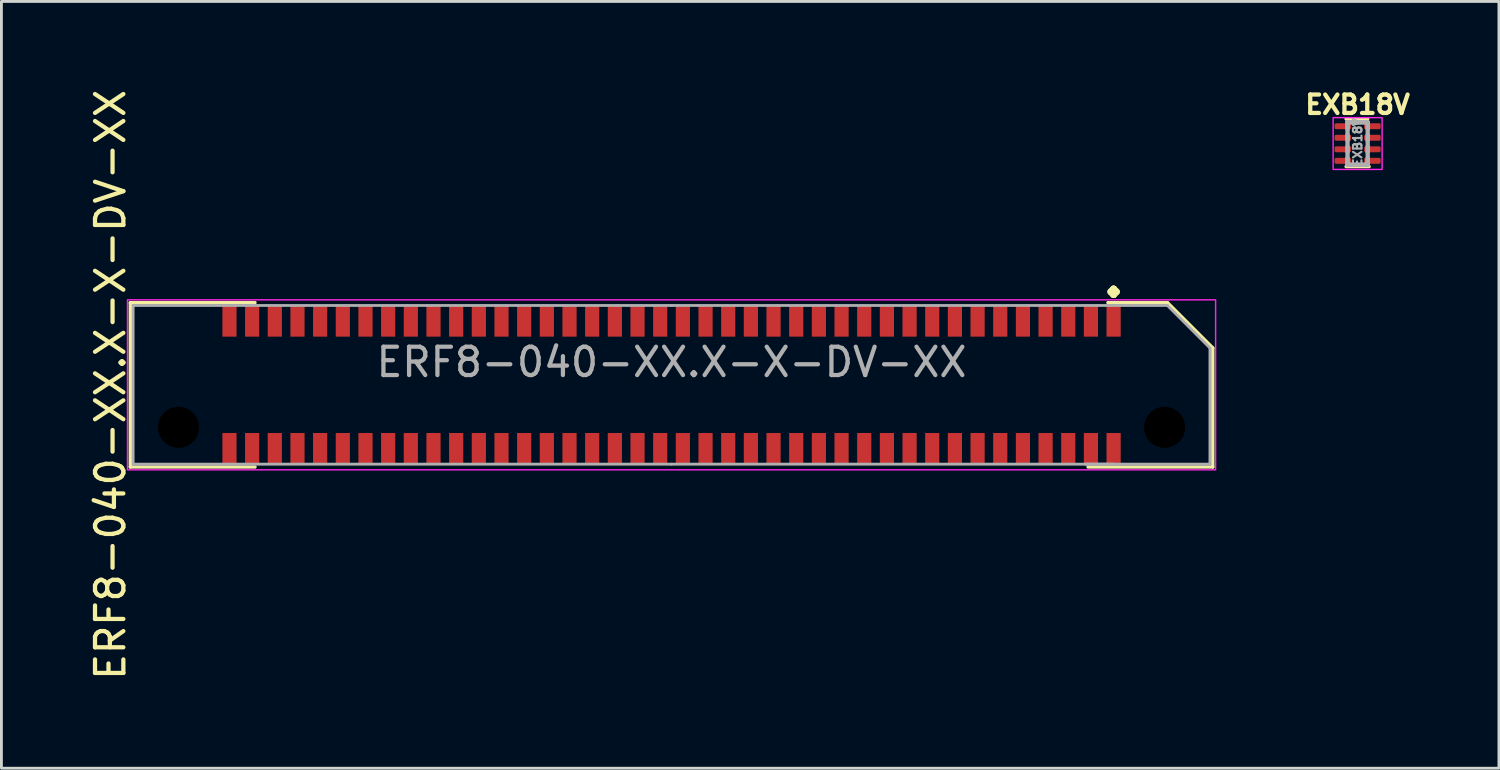
<source format=kicad_pcb>
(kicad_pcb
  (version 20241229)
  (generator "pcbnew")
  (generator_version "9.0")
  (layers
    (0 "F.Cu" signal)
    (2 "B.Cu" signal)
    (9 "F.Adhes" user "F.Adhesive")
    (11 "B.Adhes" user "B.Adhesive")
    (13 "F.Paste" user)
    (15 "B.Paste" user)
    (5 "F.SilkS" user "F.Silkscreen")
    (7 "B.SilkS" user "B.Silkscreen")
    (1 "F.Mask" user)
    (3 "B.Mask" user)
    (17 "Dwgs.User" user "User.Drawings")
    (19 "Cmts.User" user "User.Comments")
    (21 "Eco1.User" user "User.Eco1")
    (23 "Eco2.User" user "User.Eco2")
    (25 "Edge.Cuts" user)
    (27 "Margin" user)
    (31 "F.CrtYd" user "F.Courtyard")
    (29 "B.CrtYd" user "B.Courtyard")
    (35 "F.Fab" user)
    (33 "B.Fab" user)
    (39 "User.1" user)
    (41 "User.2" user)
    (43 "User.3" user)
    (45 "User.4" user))
  (footprint "EXB18V"
    (layer "F.Cu")
    (at 44.859 2.015)
    (property "Reference" "EXB18V" (at 0 -1.372 0) (layer "F.SilkS") (effects (font (size 0.65 0.65) (thickness 0.15))))
    (attr smd)
    (fp_line (start -0.406 -0.864) (end 0.356 -0.864) (stroke (width 0.12) (type solid)) (layer "F.SilkS"))
    (fp_line (start -0.406 0.813) (end 0.406 0.813) (stroke (width 0.12) (type solid)) (layer "F.SilkS"))
    (fp_rect (start -0.864 -0.914) (end 0.864 0.914) (stroke (width 0.05) (type solid)) (fill no) (layer "F.CrtYd"))
    (fp_line (start -0.356 -0.749) (end -0.356 -0.711) (stroke (width 0.152) (type solid)) (layer "F.Fab"))
    (fp_line (start -0.356 -0.749) (end 0.356 -0.749) (stroke (width 0.152) (type solid)) (layer "F.Fab"))
    (fp_line (start -0.356 -0.711) (end -0.356 -0.508) (stroke (width 0.152) (type solid)) (layer "F.Fab"))
    (fp_line (start -0.356 -0.305) (end -0.356 -0.102) (stroke (width 0.152) (type solid)) (layer "F.Fab"))
    (fp_line (start -0.356 0.102) (end -0.356 0.305) (stroke (width 0.152) (type solid)) (layer "F.Fab"))
    (fp_line (start -0.356 0.508) (end -0.356 0.711) (stroke (width 0.152) (type solid)) (layer "F.Fab"))
    (fp_line (start -0.356 0.711) (end -0.356 0.749) (stroke (width 0.152) (type solid)) (layer "F.Fab"))
    (fp_line (start -0.356 0.749) (end -0.356 -0.749) (stroke (width 0.152) (type solid)) (layer "F.Fab"))
    (fp_line (start -0.356 0.749) (end 0.356 0.749) (stroke (width 0.152) (type solid)) (layer "F.Fab"))
    (fp_line (start 0.356 -0.749) (end -0.356 -0.749) (stroke (width 0.152) (type solid)) (layer "F.Fab"))
    (fp_line (start 0.356 -0.749) (end 0.356 -0.711) (stroke (width 0.152) (type solid)) (layer "F.Fab"))
    (fp_line (start 0.356 -0.749) (end 0.356 0.749) (stroke (width 0.152) (type solid)) (layer "F.Fab"))
    (fp_line (start 0.356 -0.711) (end 0.356 -0.508) (stroke (width 0.152) (type solid)) (layer "F.Fab"))
    (fp_line (start 0.356 -0.305) (end 0.356 -0.102) (stroke (width 0.152) (type solid)) (layer "F.Fab"))
    (fp_line (start 0.356 0.102) (end 0.356 0.305) (stroke (width 0.152) (type solid)) (layer "F.Fab"))
    (fp_line (start 0.356 0.508) (end 0.356 0.711) (stroke (width 0.152) (type solid)) (layer "F.Fab"))
    (fp_line (start 0.356 0.711) (end 0.356 0.749) (stroke (width 0.152) (type solid)) (layer "F.Fab"))
    (fp_line (start 0.356 0.749) (end -0.356 0.749) (stroke (width 0.152) (type solid)) (layer "F.Fab"))
    (fp_text user "${REFERENCE} " (at 0 -0.152 90) (layer "F.Fab") (effects (font (size 0.3 0.3) (thickness 0.075))))
    (pad "1" smd roundrect (at -0.521 -0.61) (size 0.584 0.21) (layers "F.Cu" "F.Mask" "F.Paste") (roundrect_rratio 0.25))
    (pad "2" smd roundrect (at -0.521 -0.203) (size 0.584 0.21) (layers "F.Cu" "F.Mask" "F.Paste") (roundrect_rratio 0.25))
    (pad "3" smd roundrect (at -0.521 0.203) (size 0.584 0.21) (layers "F.Cu" "F.Mask" "F.Paste") (roundrect_rratio 0.25))
    (pad "4" smd roundrect (at -0.521 0.61) (size 0.584 0.21) (layers "F.Cu" "F.Mask" "F.Paste") (roundrect_rratio 0.25))
    (pad "5" smd roundrect (at 0.521 0.61) (size 0.584 0.21) (layers "F.Cu" "F.Mask" "F.Paste") (roundrect_rratio 0.25))
    (pad "6" smd roundrect (at 0.521 0.203) (size 0.584 0.21) (layers "F.Cu" "F.Mask" "F.Paste") (roundrect_rratio 0.25))
    (pad "7" smd roundrect (at 0.521 -0.203) (size 0.584 0.21) (layers "F.Cu" "F.Mask" "F.Paste") (roundrect_rratio 0.25))
    (pad "8" smd roundrect (at 0.521 -0.61) (size 0.584 0.21) (layers "F.Cu" "F.Mask" "F.Paste") (roundrect_rratio 0.25)))
  (footprint "ERF8-040-XX.X-X-DV-XX"
    (layer "F.Cu")
    (at 20.648 10.53)
    (property "Reference" "ERF8-040-XX.X-X-DV-XX" (at -19.8 0 90) (layer "F.SilkS") (effects (font (size 1 1) (thickness 0.15))))
    (attr smd)
    (fp_line (start -19.1 -2.9) (end -14.7 -2.9) (stroke (width 0.12) (type solid)) (layer "F.SilkS"))
    (fp_line (start -19.1 2.9) (end -19.1 -2.9) (stroke (width 0.12) (type solid)) (layer "F.SilkS"))
    (fp_line (start -14.7 2.9) (end -19.1 2.9) (stroke (width 0.12) (type solid)) (layer "F.SilkS"))
    (fp_line (start 14.7 2.9) (end 19.1 2.9) (stroke (width 0.12) (type solid)) (layer "F.SilkS"))
    (fp_line (start 17.5 -2.9) (end 15.4 -2.9) (stroke (width 0.12) (type solid)) (layer "F.SilkS"))
    (fp_line (start 19.1 -1.3) (end 17.5 -2.9) (stroke (width 0.12) (type solid)) (layer "F.SilkS"))
    (fp_line (start 19.1 2.9) (end 19.1 -1.3) (stroke (width 0.12) (type solid)) (layer "F.SilkS"))
    (fp_rect (start -19.2 -3) (end 19.2 3) (stroke (width 0.05) (type solid)) (fill no) (layer "F.CrtYd"))
    (fp_line (start -19 -2.8) (end -19 2.8) (stroke (width 0.1) (type solid)) (layer "F.Fab"))
    (fp_line (start -19 2.8) (end 0 2.8) (stroke (width 0.1) (type solid)) (layer "F.Fab"))
    (fp_line (start -15.6 -2.8) (end -19 -2.8) (stroke (width 0.1) (type solid)) (layer "F.Fab"))
    (fp_line (start 0 -2.8) (end -15.6 -2.8) (stroke (width 0.1) (type solid)) (layer "F.Fab"))
    (fp_line (start 0 2.8) (end 15.6 2.8) (stroke (width 0.1) (type solid)) (layer "F.Fab"))
    (fp_line (start 14.6 2.8) (end 19 2.8) (stroke (width 0.1) (type solid)) (layer "F.Fab"))
    (fp_line (start 17.5 -2.8) (end 0 -2.8) (stroke (width 0.1) (type solid)) (layer "F.Fab"))
    (fp_line (start 19 -1.3) (end 17.5 -2.8) (stroke (width 0.1) (type solid)) (layer "F.Fab"))
    (fp_line (start 19 2.8) (end 19 -1.3) (stroke (width 0.1) (type solid)) (layer "F.Fab"))
    (fp_text user "." (at 15.6 -4.1 0) (layer "F.SilkS") (effects (font (size 2 2) (thickness 0.25))))
    (fp_text user "${REFERENCE}" (at 0 -0.8 0) (layer "F.Fab") (effects (font (size 1 1) (thickness 0.15))))
    (pad "" np_thru_hole circle (at -17.4 1.5) (size 1.45 1.45) (drill 1.45) (layers "*.Mask"))
    (pad "" np_thru_hole circle (at 17.4 1.5) (size 1.45 1.45) (drill 1.45) (layers "*.Mask"))
    (pad "1" smd rect (at 15.6 -2.25) (size 0.5 1.1) (layers "F.Cu" "F.Mask" "F.Paste"))
    (pad "2" smd rect (at 15.6 2.25) (size 0.5 1.1) (layers "F.Cu" "F.Mask" "F.Paste"))
    (pad "3" smd rect (at 14.8 -2.25) (size 0.5 1.1) (layers "F.Cu" "F.Mask" "F.Paste"))
    (pad "4" smd rect (at 14.8 2.25) (size 0.5 1.1) (layers "F.Cu" "F.Mask" "F.Paste"))
    (pad "5" smd rect (at 14 -2.25) (size 0.5 1.1) (layers "F.Cu" "F.Mask" "F.Paste"))
    (pad "6" smd rect (at 14 2.25) (size 0.5 1.1) (layers "F.Cu" "F.Mask" "F.Paste"))
    (pad "7" smd rect (at 13.2 -2.25) (size 0.5 1.1) (layers "F.Cu" "F.Mask" "F.Paste"))
    (pad "8" smd rect (at 13.2 2.25) (size 0.5 1.1) (layers "F.Cu" "F.Mask" "F.Paste"))
    (pad "9" smd rect (at 12.4 -2.25) (size 0.5 1.1) (layers "F.Cu" "F.Mask" "F.Paste"))
    (pad "10" smd rect (at 12.4 2.25) (size 0.5 1.1) (layers "F.Cu" "F.Mask" "F.Paste"))
    (pad "11" smd rect (at 11.6 -2.25) (size 0.5 1.1) (layers "F.Cu" "F.Mask" "F.Paste"))
    (pad "12" smd rect (at 11.6 2.25) (size 0.5 1.1) (layers "F.Cu" "F.Mask" "F.Paste"))
    (pad "13" smd rect (at 10.8 -2.25) (size 0.5 1.1) (layers "F.Cu" "F.Mask" "F.Paste"))
    (pad "14" smd rect (at 10.8 2.25) (size 0.5 1.1) (layers "F.Cu" "F.Mask" "F.Paste"))
    (pad "15" smd rect (at 10 -2.25) (size 0.5 1.1) (layers "F.Cu" "F.Mask" "F.Paste"))
    (pad "16" smd rect (at 10 2.25) (size 0.5 1.1) (layers "F.Cu" "F.Mask" "F.Paste"))
    (pad "17" smd rect (at 9.2 -2.25) (size 0.5 1.1) (layers "F.Cu" "F.Mask" "F.Paste"))
    (pad "18" smd rect (at 9.2 2.25) (size 0.5 1.1) (layers "F.Cu" "F.Mask" "F.Paste"))
    (pad "19" smd rect (at 8.4 -2.25) (size 0.5 1.1) (layers "F.Cu" "F.Mask" "F.Paste"))
    (pad "20" smd rect (at 8.4 2.25) (size 0.5 1.1) (layers "F.Cu" "F.Mask" "F.Paste"))
    (pad "21" smd rect (at 7.6 -2.25) (size 0.5 1.1) (layers "F.Cu" "F.Mask" "F.Paste"))
    (pad "22" smd rect (at 7.6 2.25) (size 0.5 1.1) (layers "F.Cu" "F.Mask" "F.Paste"))
    (pad "23" smd rect (at 6.8 -2.25) (size 0.5 1.1) (layers "F.Cu" "F.Mask" "F.Paste"))
    (pad "24" smd rect (at 6.8 2.25) (size 0.5 1.1) (layers "F.Cu" "F.Mask" "F.Paste"))
    (pad "25" smd rect (at 6 -2.25) (size 0.5 1.1) (layers "F.Cu" "F.Mask" "F.Paste"))
    (pad "26" smd rect (at 6 2.25) (size 0.5 1.1) (layers "F.Cu" "F.Mask" "F.Paste"))
    (pad "27" smd rect (at 5.2 -2.25) (size 0.5 1.1) (layers "F.Cu" "F.Mask" "F.Paste"))
    (pad "28" smd rect (at 5.2 2.25) (size 0.5 1.1) (layers "F.Cu" "F.Mask" "F.Paste"))
    (pad "29" smd rect (at 4.4 -2.25) (size 0.5 1.1) (layers "F.Cu" "F.Mask" "F.Paste"))
    (pad "30" smd rect (at 4.4 2.25) (size 0.5 1.1) (layers "F.Cu" "F.Mask" "F.Paste"))
    (pad "31" smd rect (at 3.6 -2.25) (size 0.5 1.1) (layers "F.Cu" "F.Mask" "F.Paste"))
    (pad "32" smd rect (at 3.6 2.25) (size 0.5 1.1) (layers "F.Cu" "F.Mask" "F.Paste"))
    (pad "33" smd rect (at 2.8 -2.25) (size 0.5 1.1) (layers "F.Cu" "F.Mask" "F.Paste"))
    (pad "34" smd rect (at 2.8 2.25) (size 0.5 1.1) (layers "F.Cu" "F.Mask" "F.Paste"))
    (pad "35" smd rect (at 2 -2.25) (size 0.5 1.1) (layers "F.Cu" "F.Mask" "F.Paste"))
    (pad "36" smd rect (at 2 2.25) (size 0.5 1.1) (layers "F.Cu" "F.Mask" "F.Paste"))
    (pad "37" smd rect (at 1.2 -2.25) (size 0.5 1.1) (layers "F.Cu" "F.Mask" "F.Paste"))
    (pad "38" smd rect (at 1.2 2.25) (size 0.5 1.1) (layers "F.Cu" "F.Mask" "F.Paste"))
    (pad "39" smd rect (at 0.4 -2.25) (size 0.5 1.1) (layers "F.Cu" "F.Mask" "F.Paste"))
    (pad "40" smd rect (at 0.4 2.25) (size 0.5 1.1) (layers "F.Cu" "F.Mask" "F.Paste"))
    (pad "41" smd rect (at -0.4 -2.25) (size 0.5 1.1) (layers "F.Cu" "F.Mask" "F.Paste"))
    (pad "42" smd rect (at -0.4 2.25) (size 0.5 1.1) (layers "F.Cu" "F.Mask" "F.Paste"))
    (pad "43" smd rect (at -1.2 -2.25) (size 0.5 1.1) (layers "F.Cu" "F.Mask" "F.Paste"))
    (pad "44" smd rect (at -1.2 2.25) (size 0.5 1.1) (layers "F.Cu" "F.Mask" "F.Paste"))
    (pad "45" smd rect (at -2 -2.25) (size 0.5 1.1) (layers "F.Cu" "F.Mask" "F.Paste"))
    (pad "46" smd rect (at -2 2.25) (size 0.5 1.1) (layers "F.Cu" "F.Mask" "F.Paste"))
    (pad "47" smd rect (at -2.8 -2.25) (size 0.5 1.1) (layers "F.Cu" "F.Mask" "F.Paste"))
    (pad "48" smd rect (at -2.8 2.25) (size 0.5 1.1) (layers "F.Cu" "F.Mask" "F.Paste"))
    (pad "49" smd rect (at -3.6 -2.25) (size 0.5 1.1) (layers "F.Cu" "F.Mask" "F.Paste"))
    (pad "50" smd rect (at -3.6 2.25) (size 0.5 1.1) (layers "F.Cu" "F.Mask" "F.Paste"))
    (pad "51" smd rect (at -4.4 -2.25) (size 0.5 1.1) (layers "F.Cu" "F.Mask" "F.Paste"))
    (pad "52" smd rect (at -4.4 2.25) (size 0.5 1.1) (layers "F.Cu" "F.Mask" "F.Paste"))
    (pad "53" smd rect (at -5.2 -2.25) (size 0.5 1.1) (layers "F.Cu" "F.Mask" "F.Paste"))
    (pad "54" smd rect (at -5.2 2.25) (size 0.5 1.1) (layers "F.Cu" "F.Mask" "F.Paste"))
    (pad "55" smd rect (at -6 -2.25) (size 0.5 1.1) (layers "F.Cu" "F.Mask" "F.Paste"))
    (pad "56" smd rect (at -6 2.25) (size 0.5 1.1) (layers "F.Cu" "F.Mask" "F.Paste"))
    (pad "57" smd rect (at -6.8 -2.25) (size 0.5 1.1) (layers "F.Cu" "F.Mask" "F.Paste"))
    (pad "58" smd rect (at -6.8 2.25) (size 0.5 1.1) (layers "F.Cu" "F.Mask" "F.Paste"))
    (pad "59" smd rect (at -7.6 -2.25) (size 0.5 1.1) (layers "F.Cu" "F.Mask" "F.Paste"))
    (pad "60" smd rect (at -7.6 2.25) (size 0.5 1.1) (layers "F.Cu" "F.Mask" "F.Paste"))
    (pad "61" smd rect (at -8.4 -2.25) (size 0.5 1.1) (layers "F.Cu" "F.Mask" "F.Paste"))
    (pad "62" smd rect (at -8.4 2.25) (size 0.5 1.1) (layers "F.Cu" "F.Mask" "F.Paste"))
    (pad "63" smd rect (at -9.2 -2.25) (size 0.5 1.1) (layers "F.Cu" "F.Mask" "F.Paste"))
    (pad "64" smd rect (at -9.2 2.25) (size 0.5 1.1) (layers "F.Cu" "F.Mask" "F.Paste"))
    (pad "65" smd rect (at -10 -2.25) (size 0.5 1.1) (layers "F.Cu" "F.Mask" "F.Paste"))
    (pad "66" smd rect (at -10 2.25) (size 0.5 1.1) (layers "F.Cu" "F.Mask" "F.Paste"))
    (pad "67" smd rect (at -10.8 -2.25) (size 0.5 1.1) (layers "F.Cu" "F.Mask" "F.Paste"))
    (pad "68" smd rect (at -10.8 2.25) (size 0.5 1.1) (layers "F.Cu" "F.Mask" "F.Paste"))
    (pad "69" smd rect (at -11.6 -2.25) (size 0.5 1.1) (layers "F.Cu" "F.Mask" "F.Paste"))
    (pad "70" smd rect (at -11.6 2.25) (size 0.5 1.1) (layers "F.Cu" "F.Mask" "F.Paste"))
    (pad "71" smd rect (at -12.4 -2.25) (size 0.5 1.1) (layers "F.Cu" "F.Mask" "F.Paste"))
    (pad "72" smd rect (at -12.4 2.25) (size 0.5 1.1) (layers "F.Cu" "F.Mask" "F.Paste"))
    (pad "73" smd rect (at -13.2 -2.25) (size 0.5 1.1) (layers "F.Cu" "F.Mask" "F.Paste"))
    (pad "74" smd rect (at -13.2 2.25) (size 0.5 1.1) (layers "F.Cu" "F.Mask" "F.Paste"))
    (pad "75" smd rect (at -14 -2.25) (size 0.5 1.1) (layers "F.Cu" "F.Mask" "F.Paste"))
    (pad "76" smd rect (at -14 2.25) (size 0.5 1.1) (layers "F.Cu" "F.Mask" "F.Paste"))
    (pad "77" smd rect (at -14.8 -2.25) (size 0.5 1.1) (layers "F.Cu" "F.Mask" "F.Paste"))
    (pad "78" smd rect (at -14.8 2.25) (size 0.5 1.1) (layers "F.Cu" "F.Mask" "F.Paste"))
    (pad "79" smd rect (at -15.6 -2.25) (size 0.5 1.1) (layers "F.Cu" "F.Mask" "F.Paste"))
    (pad "80" smd rect (at -15.6 2.25) (size 0.5 1.1) (layers "F.Cu" "F.Mask" "F.Paste")))
  (gr_rect
    (start -3 -3)
    (end 49.846 24.06)
    (stroke (width 0.1) (type default))
    (fill no)
    (layer "Edge.Cuts")))
</source>
